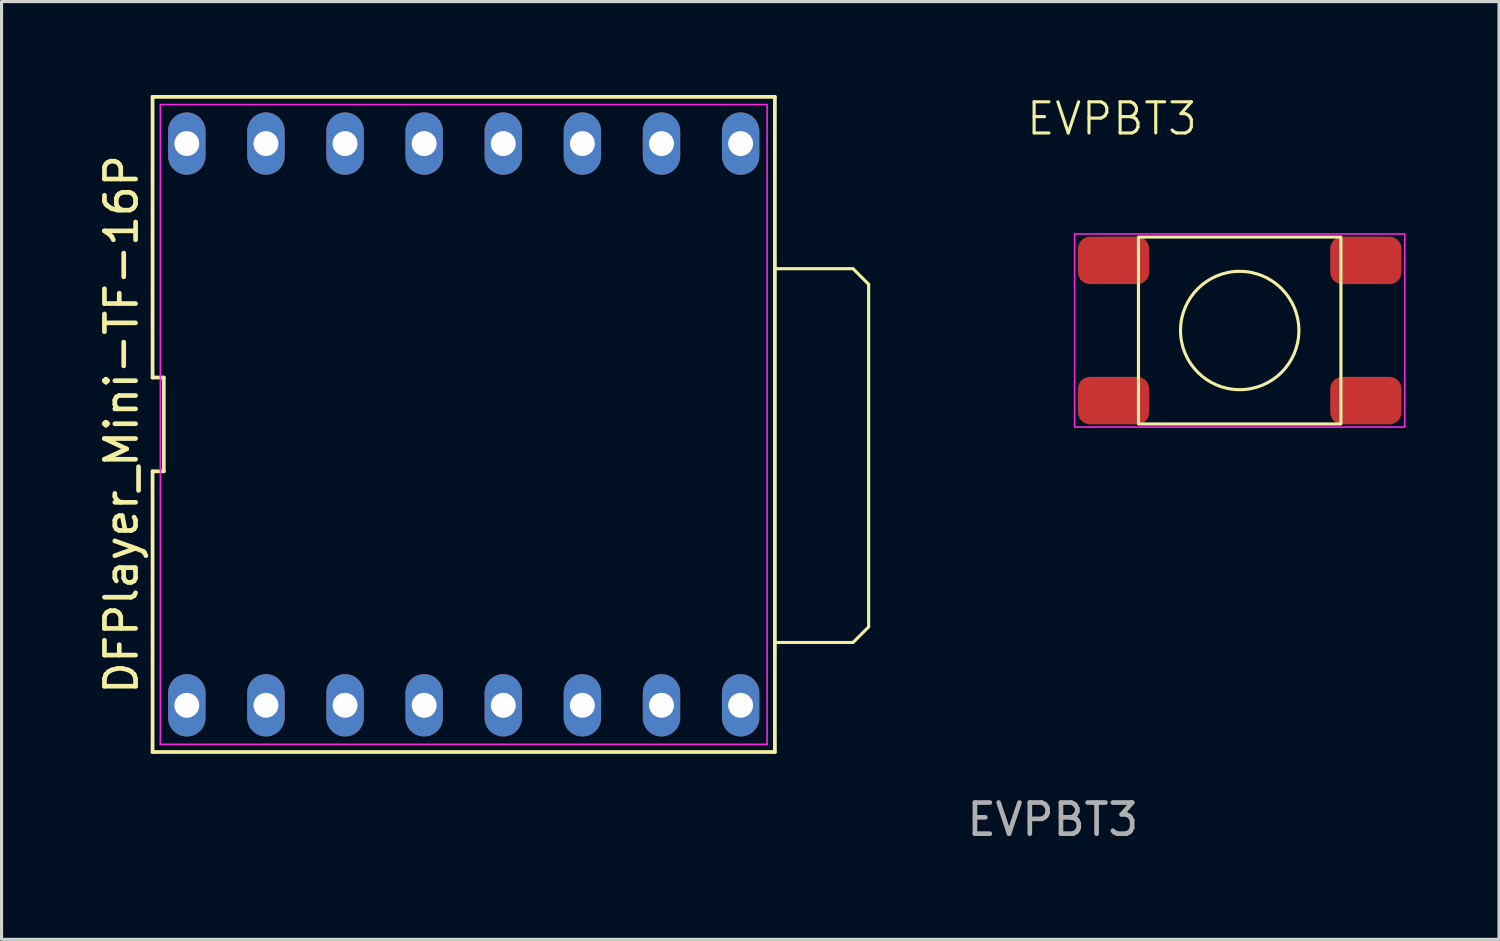
<source format=kicad_pcb>
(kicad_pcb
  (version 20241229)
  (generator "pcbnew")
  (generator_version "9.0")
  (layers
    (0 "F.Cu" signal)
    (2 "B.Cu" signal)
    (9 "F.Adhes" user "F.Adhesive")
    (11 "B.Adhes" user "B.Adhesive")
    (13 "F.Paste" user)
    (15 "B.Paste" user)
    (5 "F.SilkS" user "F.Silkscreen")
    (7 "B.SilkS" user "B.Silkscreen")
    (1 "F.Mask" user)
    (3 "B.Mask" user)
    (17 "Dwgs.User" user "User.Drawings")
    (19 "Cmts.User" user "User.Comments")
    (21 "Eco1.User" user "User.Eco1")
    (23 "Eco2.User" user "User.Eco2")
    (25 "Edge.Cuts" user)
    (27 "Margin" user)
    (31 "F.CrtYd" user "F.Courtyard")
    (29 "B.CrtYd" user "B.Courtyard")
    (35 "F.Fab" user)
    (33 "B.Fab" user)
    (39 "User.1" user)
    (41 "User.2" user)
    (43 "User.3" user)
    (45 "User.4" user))
  (footprint "DFPlayer_Mini-TF-16P"
    (layer "F.Cu")
    (at 11.838 10.577)
    (property "Reference" "DFPlayer_Mini-TF-16P" (at -10.99 0 90) (layer "F.SilkS") (effects (font (size 1 1) (thickness 0.15))))
    (attr through_hole)
    (fp_line (start -9.99 -10.517) (end -9.99 -1.506) (stroke (width 0.12) (type default)) (layer "F.SilkS"))
    (fp_line (start -9.99 -1.506) (end -9.63 -1.506) (stroke (width 0.12) (type default)) (layer "F.SilkS"))
    (fp_line (start -9.99 1.506) (end -9.99 10.517) (stroke (width 0.12) (type default)) (layer "F.SilkS"))
    (fp_line (start -9.99 10.517) (end 9.99 10.517) (stroke (width 0.12) (type default)) (layer "F.SilkS"))
    (fp_line (start -9.63 -1.506) (end -9.63 1.506) (stroke (width 0.12) (type default)) (layer "F.SilkS"))
    (fp_line (start -9.63 1.506) (end -9.99 1.506) (stroke (width 0.12) (type default)) (layer "F.SilkS"))
    (fp_line (start 9.99 -10.517) (end -9.99 -10.517) (stroke (width 0.12) (type default)) (layer "F.SilkS"))
    (fp_line (start 9.99 10.517) (end 9.99 -10.517) (stroke (width 0.12) (type default)) (layer "F.SilkS"))
    (fp_line (start 10 7) (end 12.5 7) (stroke (width 0.1) (type default)) (layer "F.SilkS"))
    (fp_line (start 12.5 -5) (end 10 -5) (stroke (width 0.1) (type default)) (layer "F.SilkS"))
    (fp_line (start 12.5 7) (end 13 6.5) (stroke (width 0.1) (type default)) (layer "F.SilkS"))
    (fp_line (start 13 -4.5) (end 12.5 -5) (stroke (width 0.1) (type default)) (layer "F.SilkS"))
    (fp_line (start 13 6.5) (end 13 -4.5) (stroke (width 0.1) (type default)) (layer "F.SilkS"))
    (fp_line (start -9.74 -10.27) (end 9.74 -10.27) (stroke (width 0.05) (type default)) (layer "F.CrtYd"))
    (fp_line (start -9.74 10.27) (end -9.74 -10.27) (stroke (width 0.05) (type default)) (layer "F.CrtYd"))
    (fp_line (start 9.74 -10.27) (end 9.74 10.27) (stroke (width 0.05) (type default)) (layer "F.CrtYd"))
    (fp_line (start 9.74 10.27) (end -9.74 10.27) (stroke (width 0.05) (type default)) (layer "F.CrtYd"))
    (pad "1" thru_hole oval (at -8.89 9.017) (size 1.2 2) (drill 0.8) (layers "*.Cu" "*.Mask"))
    (pad "2" thru_hole oval (at -6.35 9.017) (size 1.2 2) (drill 0.8) (layers "*.Cu" "*.Mask"))
    (pad "3" thru_hole oval (at -3.81 9.017) (size 1.2 2) (drill 0.8) (layers "*.Cu" "*.Mask"))
    (pad "4" thru_hole oval (at -1.27 9.017) (size 1.2 2) (drill 0.8) (layers "*.Cu" "*.Mask"))
    (pad "5" thru_hole oval (at 1.27 9.017) (size 1.2 2) (drill 0.8) (layers "*.Cu" "*.Mask"))
    (pad "6" thru_hole oval (at 3.81 9.017) (size 1.2 2) (drill 0.8) (layers "*.Cu" "*.Mask"))
    (pad "7" thru_hole oval (at 6.35 9.017) (size 1.2 2) (drill 0.8) (layers "*.Cu" "*.Mask"))
    (pad "8" thru_hole oval (at 8.89 9.017) (size 1.2 2) (drill 0.8) (layers "*.Cu" "*.Mask"))
    (pad "9" thru_hole oval (at 8.89 -9.017) (size 1.2 2) (drill 0.8) (layers "*.Cu" "*.Mask"))
    (pad "10" thru_hole oval (at 6.35 -9.017) (size 1.2 2) (drill 0.8) (layers "*.Cu" "*.Mask"))
    (pad "11" thru_hole oval (at 3.81 -9.017) (size 1.2 2) (drill 0.8) (layers "*.Cu" "*.Mask"))
    (pad "12" thru_hole oval (at 1.27 -9.017) (size 1.2 2) (drill 0.8) (layers "*.Cu" "*.Mask"))
    (pad "13" thru_hole oval (at -1.27 -9.017) (size 1.2 2) (drill 0.8) (layers "*.Cu" "*.Mask"))
    (pad "14" thru_hole oval (at -3.81 -9.017) (size 1.2 2) (drill 0.8) (layers "*.Cu" "*.Mask"))
    (pad "15" thru_hole oval (at -6.35 -9.017) (size 1.2 2) (drill 0.8) (layers "*.Cu" "*.Mask"))
    (pad "16" thru_hole oval (at -8.89 -9.017) (size 1.2 2) (drill 0.8) (layers "*.Cu" "*.Mask")))
  (footprint "EVPBT3"
    (layer "F.Cu")
    (at 36.751 7.561)
    (property "Reference" "EVPBT3" (at -4.1 -6.8 0) (unlocked yes) (layer "F.SilkS") (effects (font (size 1 1) (thickness 0.1))))
    (attr smd)
    (fp_rect (start -3.25 -3) (end 3.25 3) (stroke (width 0.1) (type default)) (fill no) (layer "F.SilkS"))
    (fp_circle (center 0 0) (end 1.9 0) (stroke (width 0.1) (type default)) (fill no) (layer "F.SilkS"))
    (fp_rect (start -5.3 -3.1) (end 5.3 3.1) (stroke (width 0.05) (type default)) (fill no) (layer "F.CrtYd"))
    (fp_text user "${REFERENCE}" (at -6 15.7 0) (unlocked yes) (layer "F.Fab") (effects (font (size 1 1) (thickness 0.15))))
    (pad "1" smd roundrect (at -4.05 2.25) (size 2.286 1.524) (layers "F.Cu" "F.Mask" "F.Paste") (roundrect_rratio 0.25))
    (pad "2" smd roundrect (at 4.05 2.25) (size 2.286 1.524) (layers "F.Cu" "F.Mask" "F.Paste") (roundrect_rratio 0.25))
    (pad "3" smd roundrect (at 4.05 -2.25) (size 2.286 1.524) (layers "F.Cu" "F.Mask" "F.Paste") (roundrect_rratio 0.25))
    (pad "4" smd roundrect (at -4.05 -2.25) (size 2.286 1.524) (layers "F.Cu" "F.Mask" "F.Paste") (roundrect_rratio 0.25)))
  (gr_rect
    (start -3 -3)
    (end 45.076 27.109)
    (stroke (width 0.1) (type default))
    (fill no)
    (layer "Edge.Cuts")))
</source>
